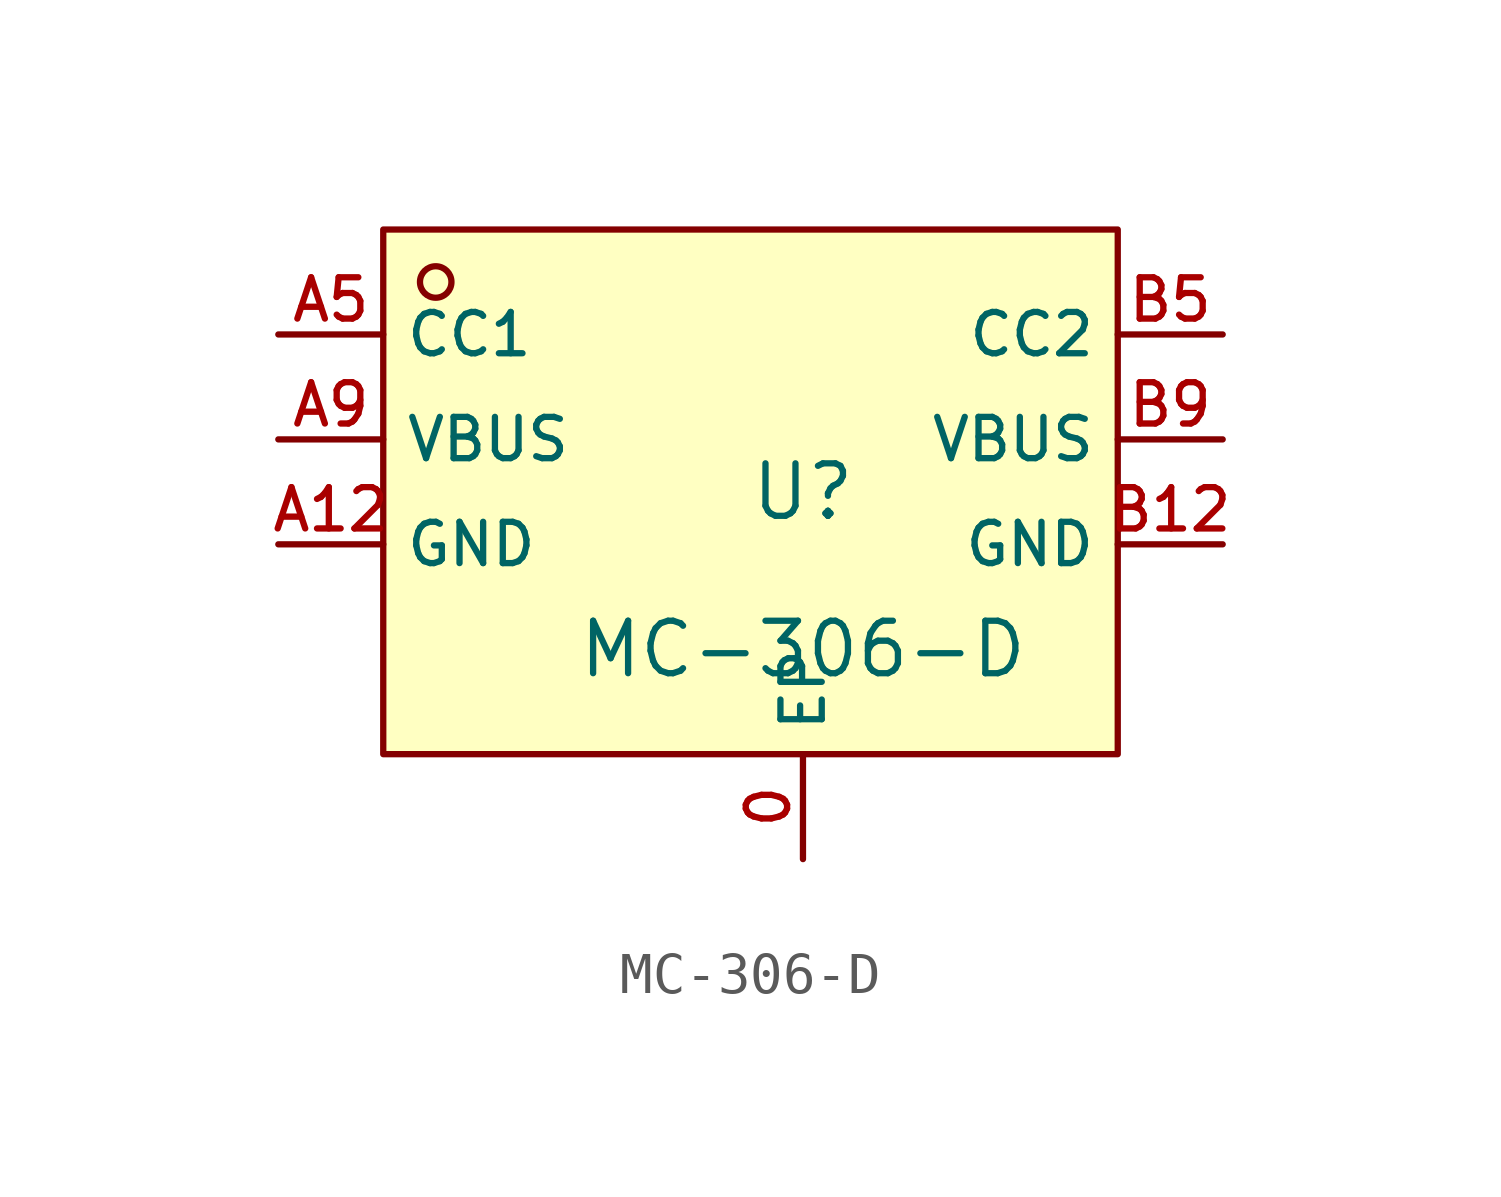
<source format=kicad_sym>
(kicad_symbol_lib
  (version 20210201)
  (generator TousstNicolas/JLC2KiCad_lib)
  (symbol "MC-306-D"
    (property "Reference" "U"
      (at 0 1.27 0)
      (effects (font (size 1.27 1.27))))
    (property "Value" "MC-306-D"
      (at 0 -2.54 0)
      (effects (font (size 1.27 1.27))))
    (symbol "MC-306-D_0_1"
      (pin unspecified line (at 0.0 -7.62 90) (length 2.54) (name "EP" (effects (font (size 1 1)))) (number "0" (effects (font (size 1 1)))))
      (pin unspecified line (at 10.16 5.08 180) (length 2.54) (name "CC2" (effects (font (size 1 1)))) (number "B5" (effects (font (size 1 1)))))
      (pin unspecified line (at 10.16 2.54 180) (length 2.54) (name "VBUS" (effects (font (size 1 1)))) (number "B9" (effects (font (size 1 1)))))
      (pin unspecified line (at 10.16 -0.0 180) (length 2.54) (name "GND" (effects (font (size 1 1)))) (number "B12" (effects (font (size 1 1)))))
      (pin unspecified line (at -12.7 -0.0 0) (length 2.54) (name "GND" (effects (font (size 1 1)))) (number "A12" (effects (font (size 1 1)))))
      (pin unspecified line (at -12.7 2.54 0) (length 2.54) (name "VBUS" (effects (font (size 1 1)))) (number "A9" (effects (font (size 1 1)))))
      (pin unspecified line (at -12.7 5.08 0) (length 2.54) (name "CC1" (effects (font (size 1 1)))) (number "A5" (effects (font (size 1 1)))))
      (circle (center -8.89 6.35) (radius 0.381) (stroke (width 0) (type default) (color 0 0 0 0)) (fill (type background)))
      (rectangle (start -10.16 7.62) (end 7.62 -5.08) (stroke (width 0) (type default) (color 0 0 0 0)) (fill (type background))))))
</source>
